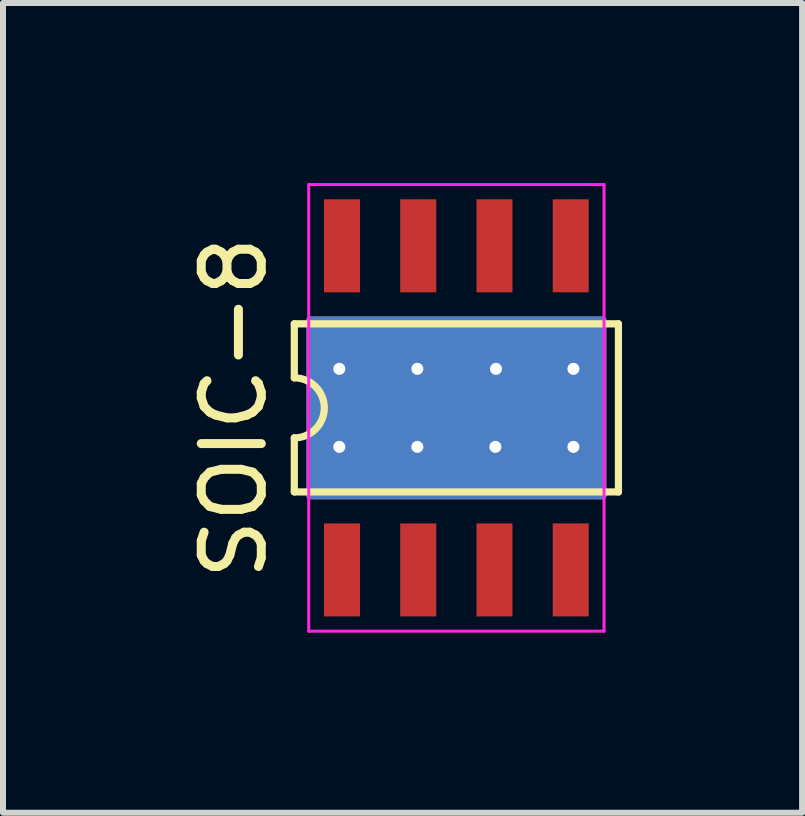
<source format=kicad_pcb>
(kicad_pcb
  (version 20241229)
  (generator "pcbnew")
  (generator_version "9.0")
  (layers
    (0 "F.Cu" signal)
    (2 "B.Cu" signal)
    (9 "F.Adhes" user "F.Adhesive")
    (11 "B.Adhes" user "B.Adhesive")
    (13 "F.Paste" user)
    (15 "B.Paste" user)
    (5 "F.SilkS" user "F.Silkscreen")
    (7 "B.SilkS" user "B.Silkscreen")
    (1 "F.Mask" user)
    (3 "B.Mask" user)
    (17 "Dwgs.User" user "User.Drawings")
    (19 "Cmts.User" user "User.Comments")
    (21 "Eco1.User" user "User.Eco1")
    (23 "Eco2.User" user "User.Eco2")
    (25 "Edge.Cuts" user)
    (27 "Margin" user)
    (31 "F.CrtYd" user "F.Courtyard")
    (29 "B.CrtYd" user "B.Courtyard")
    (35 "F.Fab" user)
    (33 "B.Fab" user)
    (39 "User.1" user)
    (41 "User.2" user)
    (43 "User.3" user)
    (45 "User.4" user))
  (footprint "SOIC-8"
    (layer "F.Cu")
    (at 4.553 3.745)
    (property "Reference" "SOIC-8" (at -3.705 0 90) (layer "F.SilkS") (effects (font (size 1 1) (thickness 0.15))))
    (attr smd)
    (fp_line (start -2.7 -1.4) (end -2.7 -0.5) (stroke (width 0.12) (type solid)) (layer "F.SilkS"))
    (fp_line (start -2.7 -1.4) (end 2.7 -1.4) (stroke (width 0.12) (type solid)) (layer "F.SilkS"))
    (fp_line (start -2.7 0.5) (end -2.7 1.4) (stroke (width 0.12) (type solid)) (layer "F.SilkS"))
    (fp_line (start 2.7 -1.4) (end 2.7 1.4) (stroke (width 0.12) (type solid)) (layer "F.SilkS"))
    (fp_line (start 2.7 1.4) (end -2.7 1.4) (stroke (width 0.12) (type solid)) (layer "F.SilkS"))
    (fp_arc (start -2.7 -0.5) (mid -2.2 0) (end -2.7 0.5) (stroke (width 0.12) (type solid)) (layer "F.SilkS"))
    (fp_line (start -2.46 -3.72) (end 2.46 -3.72) (stroke (width 0.05) (type solid)) (layer "F.CrtYd"))
    (fp_line (start -2.46 3.72) (end -2.46 -3.72) (stroke (width 0.05) (type solid)) (layer "F.CrtYd"))
    (fp_line (start 2.46 -3.72) (end 2.46 3.72) (stroke (width 0.05) (type solid)) (layer "F.CrtYd"))
    (fp_line (start 2.46 3.72) (end -2.46 3.72) (stroke (width 0.05) (type solid)) (layer "F.CrtYd"))
    (pad "1" smd rect (at -1.905 2.7) (size 0.6 1.55) (layers "F.Cu" "F.Mask" "F.Paste"))
    (pad "2" smd rect (at -0.635 2.7) (size 0.6 1.55) (layers "F.Cu" "F.Mask" "F.Paste"))
    (pad "3" smd rect (at 0.635 2.7) (size 0.6 1.55) (layers "F.Cu" "F.Mask" "F.Paste"))
    (pad "4" smd rect (at 1.905 2.7) (size 0.6 1.55) (layers "F.Cu" "F.Mask" "F.Paste"))
    (pad "5" smd rect (at 1.905 -2.7) (size 0.6 1.55) (layers "F.Cu" "F.Mask" "F.Paste"))
    (pad "6" smd rect (at 0.635 -2.7) (size 0.6 1.55) (layers "F.Cu" "F.Mask" "F.Paste"))
    (pad "7" smd rect (at -0.635 -2.7) (size 0.6 1.55) (layers "F.Cu" "F.Mask" "F.Paste"))
    (pad "8" smd rect (at -1.905 -2.7) (size 0.6 1.55) (layers "F.Cu" "F.Mask" "F.Paste"))
    (pad "9" thru_hole circle (at -1.95 -0.65) (size 0.4 0.4) (drill 0.2) (layers "*.Cu"))
    (pad "9" thru_hole custom (at -1.95 0.65) (size 0.4 0.4) (drill 0.2) (layers "F.Cu") (options (anchor circle)) (primitives (gr_poly (pts (xy 4.4 0.825) (xy -0.5 0.825) (xy -0.5 -2.125) (xy 4.4 -2.125)) (width 0.1) (fill yes))))
    (pad "9" thru_hole circle (at -0.65 -0.65) (size 0.4 0.4) (drill 0.2) (layers "*.Cu"))
    (pad "9" thru_hole circle (at -0.65 0.65) (size 0.4 0.4) (drill 0.2) (layers "*.Cu"))
    (pad "9" smd rect (at 0 0) (size 3.4 2.71) (layers "F.Cu" "F.Mask" "F.Paste"))
    (pad "9" thru_hole circle (at 0.65 0.65) (size 0.4 0.4) (drill 0.2) (layers "*.Cu"))
    (pad "9" thru_hole circle (at 0.66 -0.65) (size 0.4 0.4) (drill 0.2) (layers "*.Cu"))
    (pad "9" thru_hole circle (at 1.95 -0.65) (size 0.4 0.4) (drill 0.2) (layers "*.Cu"))
    (pad "9" thru_hole circle (at 1.95 0.65) (size 0.4 0.4) (drill 0.2) (layers "*.Cu")))
  (gr_rect
    (start -3 -3)
    (end 10.313 10.49)
    (stroke (width 0.1) (type default))
    (fill no)
    (layer "Edge.Cuts")))
</source>
